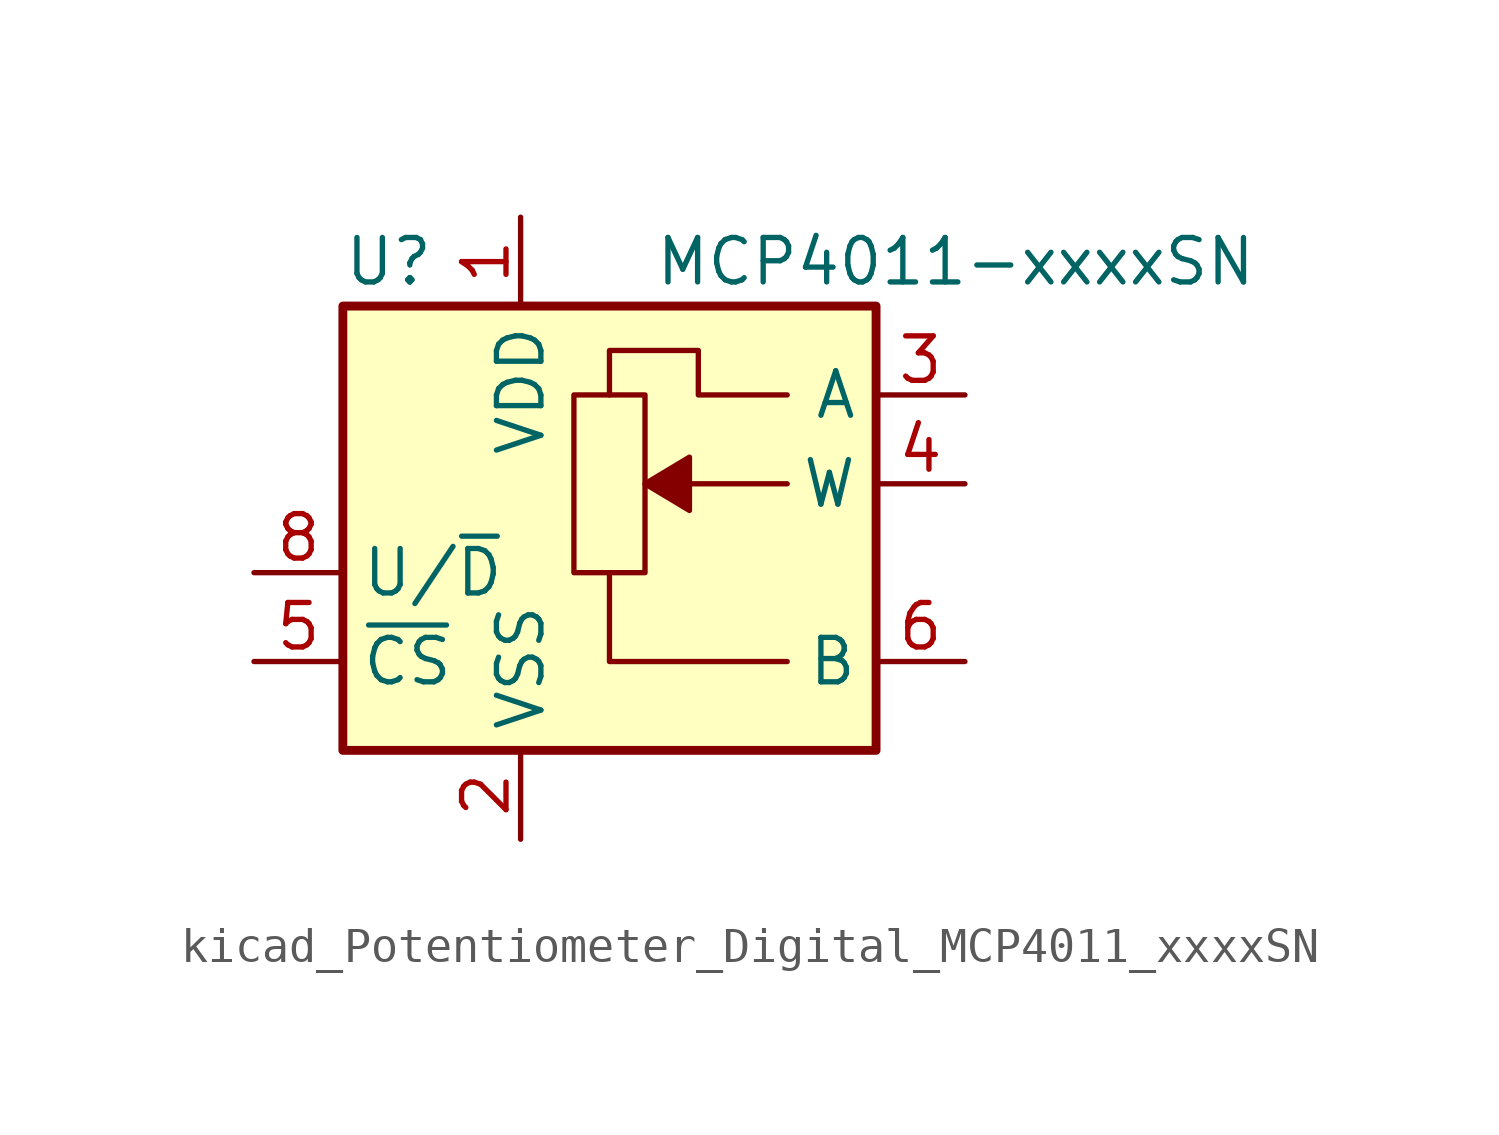
<source format=kicad_sym>
(kicad_symbol_lib
  (version 20220914)
  (generator kicad_symbol_editor)
  (symbol "kicad_Potentiometer_Digital_MCP4011_xxxxSN"
    (property "Reference" "U"
      (at -7.62 8.89 0)
      (effects (font (size 1.27 1.27)) (justify left)))
    (property "Value" "MCP4011-xxxxSN"
      (at 1.27 8.89 0)
      (effects (font (size 1.27 1.27)) (justify left)))
    (symbol "kicad_Potentiometer_Digital_MCP4011_xxxxSN_0_1"
      (polyline (pts (xy 0 0) (xy 0 -2.54) (xy 5.08 -2.54)) (stroke (width 0) (type default)) (fill (type none)))
      (polyline (pts (xy 5.08 2.54) (xy 3.81 2.54) (xy 1.27 2.54)) (stroke (width 0) (type default)) (fill (type none)))
      (polyline (pts (xy 5.08 5.08) (xy 2.54 5.08) (xy 2.54 6.35) (xy 0 6.35) (xy 0 5.08)) (stroke (width 0) (type default)) (fill (type none))))
    (symbol "kicad_Potentiometer_Digital_MCP4011_xxxxSN_1_1"
      (rectangle (start -7.62 7.62) (end 7.62 -5.08) (stroke (width 0.254) (type default)) (fill (type background)))
      (polyline (pts (xy 2.286 1.778) (xy 2.286 3.302) (xy 1.016 2.54) (xy 2.286 1.778)) (stroke (width 0) (type default)) (fill (type outline)))
      (rectangle (start 1.016 0) (end -1.016 5.08) (stroke (width 0) (type default)) (fill (type none)))
      (pin power_in line (at -2.54 10.16 270) (length 2.54) (name "VDD" (effects (font (size 1.27 1.27)))) (number "1" (effects (font (size 1.27 1.27)))))
      (pin power_in line (at -2.54 -7.62 90) (length 2.54) (name "VSS" (effects (font (size 1.27 1.27)))) (number "2" (effects (font (size 1.27 1.27)))))
      (pin passive line (at 10.16 5.08 180) (length 2.54) (name "A" (effects (font (size 1.27 1.27)))) (number "3" (effects (font (size 1.27 1.27)))))
      (pin passive line (at 10.16 2.54 180) (length 2.54) (name "W" (effects (font (size 1.27 1.27)))) (number "4" (effects (font (size 1.27 1.27)))))
      (pin input line (at -10.16 -2.54 0) (length 2.54) (name "~{CS}" (effects (font (size 1.27 1.27)))) (number "5" (effects (font (size 1.27 1.27)))))
      (pin passive line (at 10.16 -2.54 180) (length 2.54) (name "B" (effects (font (size 1.27 1.27)))) (number "6" (effects (font (size 1.27 1.27)))))
      (pin no_connect line (at -7.62 5.08 0) (length 2.54) hide (name "NC" (effects (font (size 1.27 1.27)))) (number "7" (effects (font (size 1.27 1.27)))))
      (pin input line (at -10.16 0 0) (length 2.54) (name "U/~{D}" (effects (font (size 1.27 1.27)))) (number "8" (effects (font (size 1.27 1.27))))))))
</source>
